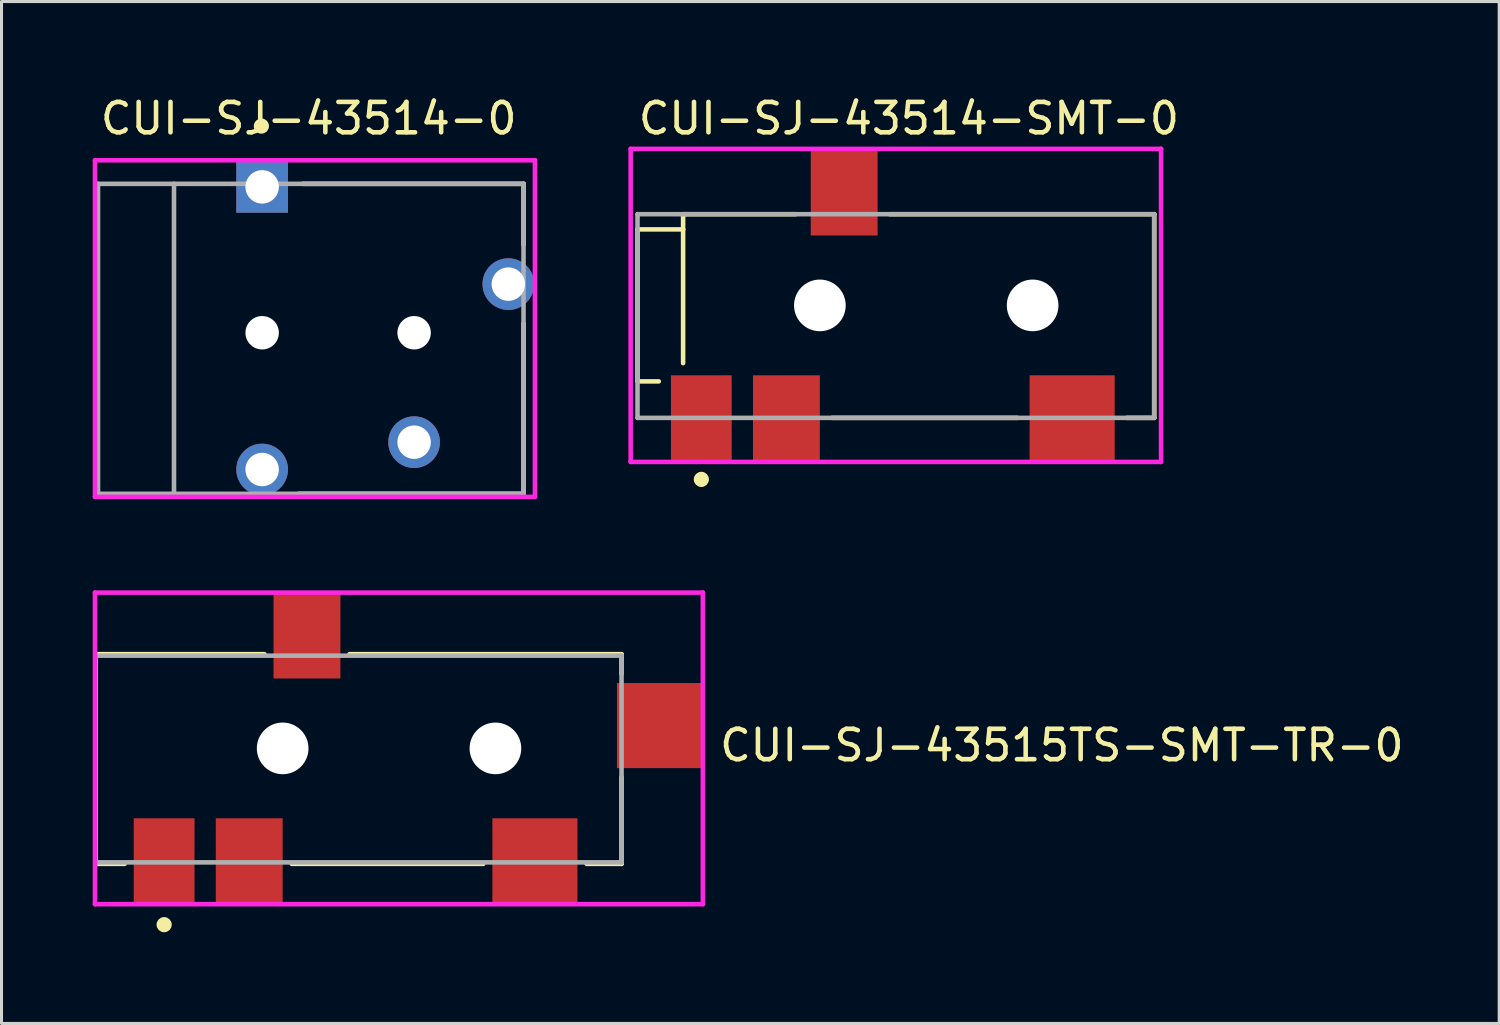
<source format=kicad_pcb>
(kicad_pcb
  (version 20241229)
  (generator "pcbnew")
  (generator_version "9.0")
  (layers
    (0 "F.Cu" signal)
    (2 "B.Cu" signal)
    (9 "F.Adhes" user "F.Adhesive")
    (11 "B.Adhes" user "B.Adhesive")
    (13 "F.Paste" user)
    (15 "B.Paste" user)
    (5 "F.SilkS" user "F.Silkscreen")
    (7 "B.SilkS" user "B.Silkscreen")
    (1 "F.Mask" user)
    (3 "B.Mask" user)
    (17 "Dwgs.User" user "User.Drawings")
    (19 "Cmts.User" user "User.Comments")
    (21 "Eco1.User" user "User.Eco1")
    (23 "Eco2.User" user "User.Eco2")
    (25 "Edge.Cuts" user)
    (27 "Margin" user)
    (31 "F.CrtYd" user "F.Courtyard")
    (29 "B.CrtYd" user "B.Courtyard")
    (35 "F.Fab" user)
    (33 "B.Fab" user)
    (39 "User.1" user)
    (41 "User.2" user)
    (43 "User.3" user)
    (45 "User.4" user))
  (footprint "CUI-SJ-43514-0"
    (layer "F.Cu")
    (at 7.175 8.098)
    (property "Reference" "CUI-SJ-43514-0" (at -7 -7.25 0) (layer "F.SilkS") (effects (font (size 1 1) (thickness 0.15)) (justify left)))
    (attr through_hole)
    (fp_line (start 7 -5.1) (end -0.25 -5.1) (stroke (width 0.15) (type solid)) (layer "F.SilkS"))
    (fp_line (start 7 -5.1) (end 7 -3.1) (stroke (width 0.15) (type solid)) (layer "F.SilkS"))
    (fp_line (start 7 5.1) (end -0.4 5.1) (stroke (width 0.15) (type solid)) (layer "F.SilkS"))
    (fp_line (start 7 5.1) (end 7 -0.5) (stroke (width 0.15) (type solid)) (layer "F.SilkS"))
    (fp_circle (center -1.625 -7) (end -1.5 -7) (stroke (width 0.25) (type solid)) (fill no) (layer "F.SilkS"))
    (fp_line (start -7.1 -5.875) (end -7.1 5.2) (stroke (width 0.15) (type solid)) (layer "F.CrtYd"))
    (fp_line (start -7.1 5.2) (end 7.375 5.2) (stroke (width 0.15) (type solid)) (layer "F.CrtYd"))
    (fp_line (start 7.375 -5.875) (end -7.1 -5.875) (stroke (width 0.15) (type solid)) (layer "F.CrtYd"))
    (fp_line (start 7.375 -5.875) (end 7.375 -5.875) (stroke (width 0.15) (type solid)) (layer "F.CrtYd"))
    (fp_line (start 7.375 5.2) (end 7.375 -5.875) (stroke (width 0.15) (type solid)) (layer "F.CrtYd"))
    (fp_line (start -7 -5.1) (end 7 -5.1) (stroke (width 0.15) (type solid)) (layer "F.Fab"))
    (fp_line (start -7 5.1) (end -7 -5.1) (stroke (width 0.15) (type solid)) (layer "F.Fab"))
    (fp_line (start -4.5 -5.1) (end -4.5 5.1) (stroke (width 0.15) (type solid)) (layer "F.Fab"))
    (fp_line (start 7 -5.1) (end 7 5.1) (stroke (width 0.15) (type solid)) (layer "F.Fab"))
    (fp_line (start 7 5.1) (end -7 5.1) (stroke (width 0.15) (type solid)) (layer "F.Fab"))
    (pad "" np_thru_hole circle (at -1.6 -0.2) (size 1.1 1.1) (drill 1.1) (layers "*.Cu" "*.Mask"))
    (pad "" np_thru_hole circle (at 3.4 -0.2) (size 1.1 1.1) (drill 1.1) (layers "*.Cu" "*.Mask"))
    (pad "1" thru_hole rect (at -1.6 -5) (size 1.7 1.7) (drill 1.1) (layers "*.Cu"))
    (pad "2" thru_hole circle (at 3.4 3.4) (size 1.7 1.7) (drill 1.1) (layers "*.Cu"))
    (pad "3" thru_hole circle (at 6.5 -1.8) (size 1.7 1.7) (drill 1.1) (layers "*.Cu"))
    (pad "4" thru_hole circle (at -1.6 4.3) (size 1.7 1.7) (drill 1.1) (layers "*.Cu")))
  (footprint "CUI-SJ-43514-SMT-0"
    (layer "F.Cu")
    (at 26.425 7.348)
    (property "Reference" "CUI-SJ-43514-SMT-0" (at -8.55 -6.5 0) (layer "F.SilkS") (effects (font (size 1 1) (thickness 0.15)) (justify left)))
    (attr through_hole)
    (fp_line (start -8.5 -2.85) (end -8.5 2.15) (stroke (width 0.15) (type solid)) (layer "F.SilkS"))
    (fp_line (start -8.5 2.15) (end -7.8 2.15) (stroke (width 0.15) (type solid)) (layer "F.SilkS"))
    (fp_line (start -7 -3.35) (end -3.3 -3.35) (stroke (width 0.15) (type solid)) (layer "F.SilkS"))
    (fp_line (start -7 -2.85) (end -8.5 -2.85) (stroke (width 0.15) (type solid)) (layer "F.SilkS"))
    (fp_line (start -7 -2.85) (end -7 -3.35) (stroke (width 0.15) (type solid)) (layer "F.SilkS"))
    (fp_line (start -7 -2.85) (end -7 1.55) (stroke (width 0.15) (type solid)) (layer "F.SilkS"))
    (fp_line (start 4 3.35) (end -2.1 3.35) (stroke (width 0.15) (type solid)) (layer "F.SilkS"))
    (fp_line (start 8.5 -3.35) (end -0.2 -3.35) (stroke (width 0.15) (type solid)) (layer "F.SilkS"))
    (fp_line (start 8.5 -3.35) (end 8.5 3.35) (stroke (width 0.15) (type solid)) (layer "F.SilkS"))
    (fp_line (start 8.5 3.35) (end 7.6 3.35) (stroke (width 0.15) (type solid)) (layer "F.SilkS"))
    (fp_circle (center -6.4 5.375) (end -6.275 5.375) (stroke (width 0.25) (type solid)) (fill no) (layer "F.SilkS"))
    (fp_line (start -8.725 -5.5) (end -8.725 4.8) (stroke (width 0.15) (type solid)) (layer "F.CrtYd"))
    (fp_line (start -8.725 4.8) (end 8.725 4.8) (stroke (width 0.15) (type solid)) (layer "F.CrtYd"))
    (fp_line (start 8.725 -5.5) (end -8.725 -5.5) (stroke (width 0.15) (type solid)) (layer "F.CrtYd"))
    (fp_line (start 8.725 -5.5) (end 8.725 -5.5) (stroke (width 0.15) (type solid)) (layer "F.CrtYd"))
    (fp_line (start 8.725 4.8) (end 8.725 -5.5) (stroke (width 0.15) (type solid)) (layer "F.CrtYd"))
    (fp_line (start -8.5 -3.35) (end 8.5 -3.35) (stroke (width 0.15) (type solid)) (layer "F.Fab"))
    (fp_line (start -8.5 3.35) (end -8.5 -3.35) (stroke (width 0.15) (type solid)) (layer "F.Fab"))
    (fp_line (start 8.5 -3.35) (end 8.5 3.35) (stroke (width 0.15) (type solid)) (layer "F.Fab"))
    (fp_line (start 8.5 3.35) (end -8.5 3.35) (stroke (width 0.15) (type solid)) (layer "F.Fab"))
    (pad "" np_thru_hole circle (at -2.5 -0.35) (size 1.7 1.7) (drill 1.7) (layers "*.Cu" "*.Mask"))
    (pad "" np_thru_hole circle (at 4.5 -0.35) (size 1.7 1.7) (drill 1.7) (layers "*.Cu" "*.Mask"))
    (pad "1" smd rect (at -6.4 3.35) (size 2 2.8) (layers "F.Cu" "F.Mask" "F.Paste"))
    (pad "2" smd rect (at 5.8 3.35) (size 2.8 2.8) (layers "F.Cu" "F.Mask" "F.Paste"))
    (pad "3" smd rect (at -1.7 -4.05) (size 2.2 2.8) (layers "F.Cu" "F.Mask" "F.Paste"))
    (pad "4" smd rect (at -3.6 3.35) (size 2.2 2.8) (layers "F.Cu" "F.Mask" "F.Paste")))
  (footprint "CUI-SJ-43515TS-SMT-TR-0"
    (layer "F.Cu")
    (at 8.75 21.923)
    (property "Reference" "CUI-SJ-43515TS-SMT-TR-0" (at 11.8 -0.45 0) (layer "F.SilkS") (effects (font (size 1 1) (thickness 0.15)) (justify left)))
    (attr through_hole)
    (fp_line (start -8.65 -3.45) (end -3.1 -3.45) (stroke (width 0.15) (type solid)) (layer "F.SilkS"))
    (fp_line (start -8.65 3.45) (end -8.65 -3.45) (stroke (width 0.15) (type solid)) (layer "F.SilkS"))
    (fp_line (start -8.65 3.45) (end -7.7 3.45) (stroke (width 0.15) (type solid)) (layer "F.SilkS"))
    (fp_line (start -2.2 3.45) (end 4.1 3.45) (stroke (width 0.15) (type solid)) (layer "F.SilkS"))
    (fp_line (start -0.3 -3.45) (end 8.65 -3.45) (stroke (width 0.15) (type solid)) (layer "F.SilkS"))
    (fp_line (start 7.5 3.45) (end 8.65 3.45) (stroke (width 0.15) (type solid)) (layer "F.SilkS"))
    (fp_line (start 8.65 -2.8) (end 8.65 -3.45) (stroke (width 0.15) (type solid)) (layer "F.SilkS"))
    (fp_line (start 8.65 3.45) (end 8.65 0.6) (stroke (width 0.15) (type solid)) (layer "F.SilkS"))
    (fp_circle (center -6.4 5.45) (end -6.275 5.45) (stroke (width 0.25) (type solid)) (fill no) (layer "F.SilkS"))
    (fp_line (start -8.675 -5.475) (end -8.675 4.775) (stroke (width 0.15) (type solid)) (layer "F.CrtYd"))
    (fp_line (start -8.675 4.775) (end 11.325 4.775) (stroke (width 0.15) (type solid)) (layer "F.CrtYd"))
    (fp_line (start 11.325 -5.475) (end -8.675 -5.475) (stroke (width 0.15) (type solid)) (layer "F.CrtYd"))
    (fp_line (start 11.325 -5.475) (end 11.325 -5.475) (stroke (width 0.15) (type solid)) (layer "F.CrtYd"))
    (fp_line (start 11.325 4.775) (end 11.325 -5.475) (stroke (width 0.15) (type solid)) (layer "F.CrtYd"))
    (fp_line (start -8.65 -3.4) (end 8.65 -3.4) (stroke (width 0.15) (type solid)) (layer "F.Fab"))
    (fp_line (start -8.65 3.4) (end -8.65 -3.4) (stroke (width 0.15) (type solid)) (layer "F.Fab"))
    (fp_line (start 8.65 -3.4) (end 8.65 3.4) (stroke (width 0.15) (type solid)) (layer "F.Fab"))
    (fp_line (start 8.65 3.4) (end -8.65 3.4) (stroke (width 0.15) (type solid)) (layer "F.Fab"))
    (pad "" np_thru_hole circle (at -2.5 -0.35) (size 1.7 1.7) (drill 1.7) (layers "*.Cu" "*.Mask"))
    (pad "" np_thru_hole circle (at 4.5 -0.35) (size 1.7 1.7) (drill 1.7) (layers "*.Cu" "*.Mask"))
    (pad "1" smd rect (at -6.4 3.35) (size 2 2.8) (layers "F.Cu" "F.Mask" "F.Paste"))
    (pad "2" smd rect (at 5.8 3.35) (size 2.8 2.8) (layers "F.Cu" "F.Mask" "F.Paste"))
    (pad "3" smd rect (at -1.7 -4.05) (size 2.2 2.8) (layers "F.Cu" "F.Mask" "F.Paste"))
    (pad "4" smd rect (at -3.6 3.35) (size 2.2 2.8) (layers "F.Cu" "F.Mask" "F.Paste"))
    (pad "5" smd rect (at 9.9 -1.1) (size 2.8 2.8) (layers "F.Cu" "F.Mask" "F.Paste")))
  (gr_rect
    (start -3 -3)
    (end 46.276 30.623)
    (stroke (width 0.1) (type default))
    (fill no)
    (layer "Edge.Cuts")))
</source>
